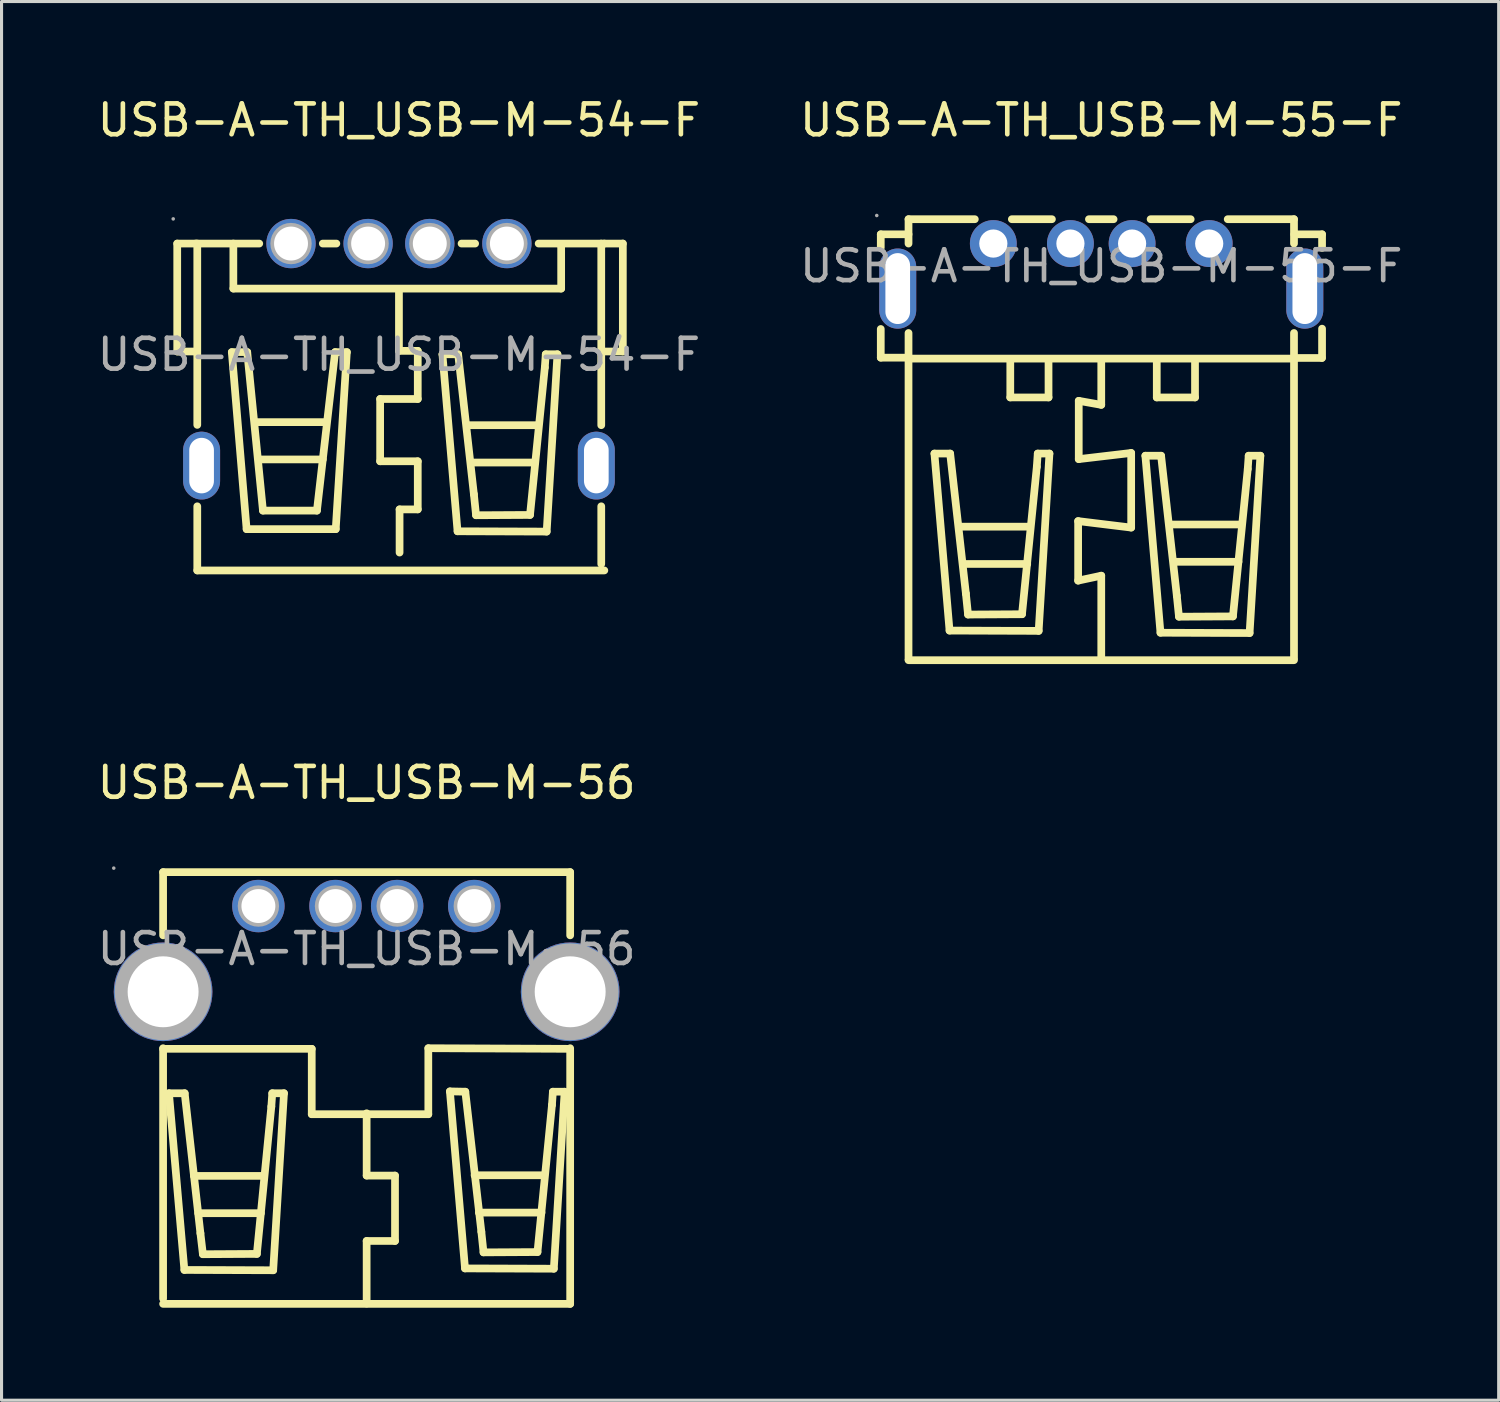
<source format=kicad_pcb>
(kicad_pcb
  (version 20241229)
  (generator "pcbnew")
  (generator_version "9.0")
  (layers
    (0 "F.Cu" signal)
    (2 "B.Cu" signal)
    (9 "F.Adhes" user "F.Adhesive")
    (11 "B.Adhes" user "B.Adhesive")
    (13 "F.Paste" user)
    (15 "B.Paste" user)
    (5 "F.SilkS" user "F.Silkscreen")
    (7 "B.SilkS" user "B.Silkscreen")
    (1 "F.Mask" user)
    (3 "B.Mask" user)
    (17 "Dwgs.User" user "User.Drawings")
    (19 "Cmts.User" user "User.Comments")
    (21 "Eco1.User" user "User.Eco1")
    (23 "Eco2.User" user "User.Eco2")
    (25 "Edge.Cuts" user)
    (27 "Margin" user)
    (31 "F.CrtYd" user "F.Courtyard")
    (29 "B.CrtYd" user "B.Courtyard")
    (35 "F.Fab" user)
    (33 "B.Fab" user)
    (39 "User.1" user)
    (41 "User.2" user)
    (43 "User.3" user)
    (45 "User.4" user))
  (footprint "USB-A-TH_USB-M-54-F"
    (layer "F.Cu")
    (at 9.887 8.448)
    (property "Reference" "USB-A-TH_USB-M-54-F" (at 0 -7.6 0) (layer "F.SilkS") (effects (font (size 1 1) (thickness 0.15))))
    (attr through_hole)
    (fp_line (start -7.19 -0.1) (end -7.19 -3.6) (stroke (width 0.25) (type solid)) (layer "F.SilkS"))
    (fp_line (start -6.59 -3.6) (end -7.19 -3.6) (stroke (width 0.25) (type solid)) (layer "F.SilkS"))
    (fp_line (start -6.59 -3.6) (end -4.53 -3.6) (stroke (width 0.25) (type solid)) (layer "F.SilkS"))
    (fp_line (start -6.59 -0.1) (end -7.19 -0.1) (stroke (width 0.25) (type solid)) (layer "F.SilkS"))
    (fp_line (start -6.54 2.28) (end -6.54 -3.6) (stroke (width 0.25) (type solid)) (layer "F.SilkS"))
    (fp_line (start -6.54 7) (end -6.54 4.92) (stroke (width 0.25) (type solid)) (layer "F.SilkS"))
    (fp_line (start -6.54 7) (end 6.66 7) (stroke (width 0.25) (type solid)) (layer "F.SilkS"))
    (fp_line (start -5.42 -0.08) (end -4.92 -0.08) (stroke (width 0.25) (type solid)) (layer "F.SilkS"))
    (fp_line (start -5.37 -3.57) (end -5.37 -3.6) (stroke (width 0.25) (type solid)) (layer "F.SilkS"))
    (fp_line (start -5.37 -2.14) (end -5.37 -3.57) (stroke (width 0.25) (type solid)) (layer "F.SilkS"))
    (fp_line (start -4.94 5.66) (end -5.42 -0.08) (stroke (width 0.25) (type solid)) (layer "F.SilkS"))
    (fp_line (start -4.92 -0.08) (end -4.41 5.06) (stroke (width 0.25) (type solid)) (layer "F.SilkS"))
    (fp_line (start -4.64 2.19) (end -2.38 2.19) (stroke (width 0.25) (type solid)) (layer "F.SilkS"))
    (fp_line (start -4.5 3.4) (end -2.47 3.4) (stroke (width 0.25) (type solid)) (layer "F.SilkS"))
    (fp_line (start -4.41 5.06) (end -2.66 5.06) (stroke (width 0.25) (type solid)) (layer "F.SilkS"))
    (fp_line (start -2.66 5.06) (end -2.07 -0.08) (stroke (width 0.25) (type solid)) (layer "F.SilkS"))
    (fp_line (start -2.47 -3.6) (end -2.03 -3.6) (stroke (width 0.25) (type solid)) (layer "F.SilkS"))
    (fp_line (start -2.07 -0.08) (end -1.69 -0.08) (stroke (width 0.25) (type solid)) (layer "F.SilkS"))
    (fp_line (start -2.05 5.66) (end -4.94 5.66) (stroke (width 0.25) (type solid)) (layer "F.SilkS"))
    (fp_line (start -1.69 -0.08) (end -2.05 5.66) (stroke (width 0.25) (type solid)) (layer "F.SilkS"))
    (fp_line (start -0.61 1.44) (end -0.61 3.46) (stroke (width 0.25) (type solid)) (layer "F.SilkS"))
    (fp_line (start -0.61 3.46) (end 0.61 3.46) (stroke (width 0.25) (type solid)) (layer "F.SilkS"))
    (fp_line (start 0 -2.12) (end 0 -0.12) (stroke (width 0.25) (type solid)) (layer "F.SilkS"))
    (fp_line (start 0 -0.12) (end 0.61 -0.12) (stroke (width 0.25) (type solid)) (layer "F.SilkS"))
    (fp_line (start 0.02 5.02) (end 0.02 6.42) (stroke (width 0.25) (type solid)) (layer "F.SilkS"))
    (fp_line (start 0.61 -0.12) (end 0.61 1.44) (stroke (width 0.25) (type solid)) (layer "F.SilkS"))
    (fp_line (start 0.61 1.44) (end -0.61 1.44) (stroke (width 0.25) (type solid)) (layer "F.SilkS"))
    (fp_line (start 0.61 3.46) (end 0.61 5.02) (stroke (width 0.25) (type solid)) (layer "F.SilkS"))
    (fp_line (start 0.61 5.02) (end 0.02 5.02) (stroke (width 0.25) (type solid)) (layer "F.SilkS"))
    (fp_line (start 1.41 -0.01) (end 1.92 -0.01) (stroke (width 0.25) (type solid)) (layer "F.SilkS"))
    (fp_line (start 1.9 5.73) (end 1.41 -0.01) (stroke (width 0.25) (type solid)) (layer "F.SilkS"))
    (fp_line (start 1.92 -0.01) (end 2.43 4.53) (stroke (width 0.25) (type solid)) (layer "F.SilkS"))
    (fp_line (start 2.03 -3.6) (end 2.47 -3.6) (stroke (width 0.25) (type solid)) (layer "F.SilkS"))
    (fp_line (start 2.24 2.29) (end 4.5 2.29) (stroke (width 0.25) (type solid)) (layer "F.SilkS"))
    (fp_line (start 2.38 3.5) (end 4.41 3.5) (stroke (width 0.25) (type solid)) (layer "F.SilkS"))
    (fp_line (start 2.43 4.53) (end 2.5 5.21) (stroke (width 0.25) (type solid)) (layer "F.SilkS"))
    (fp_line (start 2.5 5.21) (end 4.25 5.2) (stroke (width 0.25) (type solid)) (layer "F.SilkS"))
    (fp_line (start 4.25 5.2) (end 4.73 0.42) (stroke (width 0.25) (type solid)) (layer "F.SilkS"))
    (fp_line (start 4.53 -3.6) (end 6.66 -3.6) (stroke (width 0.25) (type solid)) (layer "F.SilkS"))
    (fp_line (start 4.73 0.42) (end 4.76 -0.01) (stroke (width 0.25) (type solid)) (layer "F.SilkS"))
    (fp_line (start 4.76 -0.01) (end 5.14 -0.01) (stroke (width 0.25) (type solid)) (layer "F.SilkS"))
    (fp_line (start 4.79 5.74) (end 1.9 5.73) (stroke (width 0.25) (type solid)) (layer "F.SilkS"))
    (fp_line (start 5.14 -0.01) (end 4.79 5.74) (stroke (width 0.25) (type solid)) (layer "F.SilkS"))
    (fp_line (start 5.26 -3.59) (end 5.26 -3.54) (stroke (width 0.25) (type solid)) (layer "F.SilkS"))
    (fp_line (start 5.26 -3.54) (end 5.26 -2.14) (stroke (width 0.25) (type solid)) (layer "F.SilkS"))
    (fp_line (start 5.26 -2.14) (end -5.37 -2.14) (stroke (width 0.25) (type solid)) (layer "F.SilkS"))
    (fp_line (start 6.56 2.29) (end 6.56 -3.6) (stroke (width 0.25) (type solid)) (layer "F.SilkS"))
    (fp_line (start 6.56 6.79) (end 6.56 4.92) (stroke (width 0.25) (type solid)) (layer "F.SilkS"))
    (fp_line (start 6.66 -3.6) (end 7.26 -3.6) (stroke (width 0.25) (type solid)) (layer "F.SilkS"))
    (fp_line (start 6.66 -0.1) (end 7.26 -0.1) (stroke (width 0.25) (type solid)) (layer "F.SilkS"))
    (fp_line (start 7.26 -3.6) (end 7.26 -0.1) (stroke (width 0.25) (type solid)) (layer "F.SilkS"))
    (fp_circle (center -7.32 -4.4) (end -7.29 -4.4) (stroke (width 0.06) (type solid)) (fill no) (layer "F.Fab"))
    (fp_circle (center -3.5 -3.6) (end -3.28 -3.6) (stroke (width 0.45) (type solid)) (fill no) (layer "F.Fab"))
    (fp_circle (center -1 -3.6) (end -0.78 -3.6) (stroke (width 0.45) (type solid)) (fill no) (layer "F.Fab"))
    (fp_circle (center 1 -3.6) (end 1.22 -3.6) (stroke (width 0.45) (type solid)) (fill no) (layer "F.Fab"))
    (fp_circle (center 3.5 -3.6) (end 3.72 -3.6) (stroke (width 0.45) (type solid)) (fill no) (layer "F.Fab"))
    (fp_text user "${REFERENCE}" (at 0 0 0) (layer "F.Fab") (effects (font (size 1 1) (thickness 0.15))))
    (pad "1" thru_hole circle (at -3.5 -3.6) (size 1.6 1.6) (drill 1.1) (layers "*.Cu" "*.Paste" "*.Mask"))
    (pad "2" thru_hole circle (at -1 -3.6) (size 1.6 1.6) (drill 1.1) (layers "*.Cu" "*.Paste" "*.Mask"))
    (pad "3" thru_hole circle (at 1 -3.6) (size 1.6 1.6) (drill 1.1) (layers "*.Cu" "*.Paste" "*.Mask"))
    (pad "4" thru_hole circle (at 3.5 -3.6) (size 1.6 1.6) (drill 1.1) (layers "*.Cu" "*.Paste" "*.Mask"))
    (pad "5" thru_hole oval (at 6.4 3.6 90) (size 2.2 1.2) (drill oval 1.8 0.8) (layers "*.Cu" "*.Paste" "*.Mask"))
    (pad "6" thru_hole oval (at -6.4 3.6 270) (size 2.2 1.2) (drill oval 1.8 0.8) (layers "*.Cu" "*.Paste" "*.Mask")))
  (footprint "USB-A-TH_USB-M-56"
    (layer "F.Cu")
    (at 8.839 27.721)
    (property "Reference" "USB-A-TH_USB-M-56" (at 0 -5.39 0) (layer "F.SilkS") (effects (font (size 1 1) (thickness 0.15))))
    (attr through_hole)
    (fp_line (start -6.6 -2.49) (end -6.6 -0.44) (stroke (width 0.25) (type solid)) (layer "F.SilkS"))
    (fp_line (start -6.6 -2.49) (end 6.6 -2.49) (stroke (width 0.25) (type solid)) (layer "F.SilkS"))
    (fp_line (start -6.6 3.22) (end -6.6 11.34) (stroke (width 0.25) (type solid)) (layer "F.SilkS"))
    (fp_line (start -6.6 11.51) (end 6.6 11.51) (stroke (width 0.25) (type solid)) (layer "F.SilkS"))
    (fp_line (start -6.41 4.68) (end -5.9 4.68) (stroke (width 0.25) (type solid)) (layer "F.SilkS"))
    (fp_line (start -5.91 10.41) (end -6.41 4.68) (stroke (width 0.25) (type solid)) (layer "F.SilkS"))
    (fp_line (start -5.9 4.68) (end -5.39 9.22) (stroke (width 0.25) (type solid)) (layer "F.SilkS"))
    (fp_line (start -5.6 7.36) (end -3.33 7.36) (stroke (width 0.25) (type solid)) (layer "F.SilkS"))
    (fp_line (start -5.46 8.57) (end -3.43 8.57) (stroke (width 0.25) (type solid)) (layer "F.SilkS"))
    (fp_line (start -5.39 9.22) (end -5.31 9.9) (stroke (width 0.25) (type solid)) (layer "F.SilkS"))
    (fp_line (start -5.31 9.9) (end -3.56 9.89) (stroke (width 0.25) (type solid)) (layer "F.SilkS"))
    (fp_line (start -3.56 9.89) (end -3.09 5.11) (stroke (width 0.25) (type solid)) (layer "F.SilkS"))
    (fp_line (start -3.09 5.11) (end -3.06 4.68) (stroke (width 0.25) (type solid)) (layer "F.SilkS"))
    (fp_line (start -3.06 4.68) (end -2.68 4.68) (stroke (width 0.25) (type solid)) (layer "F.SilkS"))
    (fp_line (start -3.03 10.42) (end -5.91 10.41) (stroke (width 0.25) (type solid)) (layer "F.SilkS"))
    (fp_line (start -2.68 4.68) (end -3.03 10.42) (stroke (width 0.25) (type solid)) (layer "F.SilkS"))
    (fp_line (start -1.78 3.24) (end -6.6 3.24) (stroke (width 0.25) (type solid)) (layer "F.SilkS"))
    (fp_line (start -1.78 5.36) (end -1.78 3.24) (stroke (width 0.25) (type solid)) (layer "F.SilkS"))
    (fp_line (start 0 5.33) (end 0 7.35) (stroke (width 0.25) (type solid)) (layer "F.SilkS"))
    (fp_line (start 0 7.35) (end 0.92 7.35) (stroke (width 0.25) (type solid)) (layer "F.SilkS"))
    (fp_line (start 0 9.47) (end 0 11.5) (stroke (width 0.25) (type solid)) (layer "F.SilkS"))
    (fp_line (start 0.92 7.35) (end 0.92 9.47) (stroke (width 0.25) (type solid)) (layer "F.SilkS"))
    (fp_line (start 0.92 9.47) (end 0 9.47) (stroke (width 0.25) (type solid)) (layer "F.SilkS"))
    (fp_line (start 2 3.22) (end 2 5.36) (stroke (width 0.25) (type solid)) (layer "F.SilkS"))
    (fp_line (start 2 5.36) (end -1.78 5.36) (stroke (width 0.25) (type solid)) (layer "F.SilkS"))
    (fp_line (start 2.7 4.62) (end 3.2 4.63) (stroke (width 0.25) (type solid)) (layer "F.SilkS"))
    (fp_line (start 3.19 10.36) (end 2.7 4.62) (stroke (width 0.25) (type solid)) (layer "F.SilkS"))
    (fp_line (start 3.2 4.63) (end 3.72 9.17) (stroke (width 0.25) (type solid)) (layer "F.SilkS"))
    (fp_line (start 3.5 7.34) (end 5.76 7.34) (stroke (width 0.25) (type solid)) (layer "F.SilkS"))
    (fp_line (start 3.64 8.55) (end 5.67 8.55) (stroke (width 0.25) (type solid)) (layer "F.SilkS"))
    (fp_line (start 3.72 9.17) (end 3.79 9.84) (stroke (width 0.25) (type solid)) (layer "F.SilkS"))
    (fp_line (start 3.79 9.84) (end 5.54 9.83) (stroke (width 0.25) (type solid)) (layer "F.SilkS"))
    (fp_line (start 5.54 9.83) (end 6.01 5.06) (stroke (width 0.25) (type solid)) (layer "F.SilkS"))
    (fp_line (start 6.01 5.06) (end 6.04 4.63) (stroke (width 0.25) (type solid)) (layer "F.SilkS"))
    (fp_line (start 6.04 4.63) (end 6.42 4.63) (stroke (width 0.25) (type solid)) (layer "F.SilkS"))
    (fp_line (start 6.07 10.37) (end 3.19 10.36) (stroke (width 0.25) (type solid)) (layer "F.SilkS"))
    (fp_line (start 6.42 4.63) (end 6.07 10.37) (stroke (width 0.25) (type solid)) (layer "F.SilkS"))
    (fp_line (start 6.58 3.24) (end 2 3.22) (stroke (width 0.25) (type solid)) (layer "F.SilkS"))
    (fp_line (start 6.6 -2.49) (end 6.6 -0.44) (stroke (width 0.25) (type solid)) (layer "F.SilkS"))
    (fp_line (start 6.6 3.22) (end 6.6 11.51) (stroke (width 0.25) (type solid)) (layer "F.SilkS"))
    (fp_circle (center -8.2 -2.62) (end -8.17 -2.62) (stroke (width 0.06) (type solid)) (fill no) (layer "F.Fab"))
    (fp_circle (center -6.6 1.39) (end -6.08 1.39) (stroke (width 1.05) (type solid)) (fill no) (layer "F.Fab"))
    (fp_circle (center -3.51 -1.39) (end -3.29 -1.39) (stroke (width 0.45) (type solid)) (fill no) (layer "F.Fab"))
    (fp_circle (center -1.01 -1.39) (end -0.79 -1.39) (stroke (width 0.45) (type solid)) (fill no) (layer "F.Fab"))
    (fp_circle (center 0.99 -1.39) (end 1.21 -1.39) (stroke (width 0.45) (type solid)) (fill no) (layer "F.Fab"))
    (fp_circle (center 3.49 -1.39) (end 3.71 -1.39) (stroke (width 0.45) (type solid)) (fill no) (layer "F.Fab"))
    (fp_circle (center 6.6 1.39) (end 7.12 1.39) (stroke (width 1.05) (type solid)) (fill no) (layer "F.Fab"))
    (fp_text user "${REFERENCE}" (at 0 0 0) (layer "F.Fab") (effects (font (size 1 1) (thickness 0.15))))
    (pad "1" thru_hole circle (at -3.51 -1.39 270) (size 1.7 1.7) (drill 1.1) (layers "*.Cu" "*.Paste" "*.Mask"))
    (pad "2" thru_hole circle (at -1.01 -1.39 270) (size 1.7 1.7) (drill 1.1) (layers "*.Cu" "*.Paste" "*.Mask"))
    (pad "3" thru_hole circle (at 0.99 -1.39 270) (size 1.7 1.7) (drill 1.1) (layers "*.Cu" "*.Paste" "*.Mask"))
    (pad "4" thru_hole circle (at 3.49 -1.39 270) (size 1.7 1.7) (drill 1.1) (layers "*.Cu" "*.Paste" "*.Mask"))
    (pad "5" thru_hole circle (at 6.6 1.39 90) (size 3.2 3.2) (drill 2.3) (layers "*.Cu" "*.Paste" "*.Mask"))
    (pad "6" thru_hole circle (at -6.6 1.39 90) (size 3.2 3.2) (drill 2.3) (layers "*.Cu" "*.Paste" "*.Mask")))
  (footprint "USB-A-TH_USB-M-55-F"
    (layer "F.Cu")
    (at 32.661 5.578)
    (property "Reference" "USB-A-TH_USB-M-55-F" (at 0 -4.73 0) (layer "F.SilkS") (effects (font (size 1 1) (thickness 0.15))))
    (attr through_hole)
    (fp_line (start -7.15 -1.03) (end -7.15 -0.6) (stroke (width 0.25) (type solid)) (layer "F.SilkS"))
    (fp_line (start -7.15 -1.03) (end -6.25 -1.03) (stroke (width 0.25) (type solid)) (layer "F.SilkS"))
    (fp_line (start -7.15 2.04) (end -7.15 2.97) (stroke (width 0.25) (type solid)) (layer "F.SilkS"))
    (fp_line (start -6.25 -1.52) (end -6.25 -0.73) (stroke (width 0.25) (type solid)) (layer "F.SilkS"))
    (fp_line (start -6.25 -1.52) (end -4.1 -1.52) (stroke (width 0.25) (type solid)) (layer "F.SilkS"))
    (fp_line (start -6.25 2.17) (end -6.25 12.75) (stroke (width 0.25) (type solid)) (layer "F.SilkS"))
    (fp_line (start -6.25 2.97) (end -7.15 2.97) (stroke (width 0.25) (type solid)) (layer "F.SilkS"))
    (fp_line (start -6.25 12.78) (end 6.25 12.78) (stroke (width 0.25) (type solid)) (layer "F.SilkS"))
    (fp_line (start -6.22 3) (end 6.28 3) (stroke (width 0.25) (type solid)) (layer "F.SilkS"))
    (fp_line (start -5.41 6.08) (end -4.9 6.08) (stroke (width 0.25) (type solid)) (layer "F.SilkS"))
    (fp_line (start -4.92 11.82) (end -5.41 6.08) (stroke (width 0.25) (type solid)) (layer "F.SilkS"))
    (fp_line (start -4.9 6.08) (end -4.39 10.62) (stroke (width 0.25) (type solid)) (layer "F.SilkS"))
    (fp_line (start -4.57 8.45) (end -2.31 8.45) (stroke (width 0.25) (type solid)) (layer "F.SilkS"))
    (fp_line (start -4.43 9.66) (end -2.4 9.66) (stroke (width 0.25) (type solid)) (layer "F.SilkS"))
    (fp_line (start -4.39 10.62) (end -4.32 11.3) (stroke (width 0.25) (type solid)) (layer "F.SilkS"))
    (fp_line (start -4.32 11.3) (end -2.57 11.29) (stroke (width 0.25) (type solid)) (layer "F.SilkS"))
    (fp_line (start -2.95 3.05) (end -2.95 4.26) (stroke (width 0.25) (type solid)) (layer "F.SilkS"))
    (fp_line (start -2.95 4.26) (end -1.71 4.26) (stroke (width 0.25) (type solid)) (layer "F.SilkS"))
    (fp_line (start -2.9 -1.52) (end -1.6 -1.52) (stroke (width 0.25) (type solid)) (layer "F.SilkS"))
    (fp_line (start -2.57 11.29) (end -2.09 6.51) (stroke (width 0.25) (type solid)) (layer "F.SilkS"))
    (fp_line (start -2.09 6.51) (end -2.06 6.08) (stroke (width 0.25) (type solid)) (layer "F.SilkS"))
    (fp_line (start -2.06 6.08) (end -1.68 6.08) (stroke (width 0.25) (type solid)) (layer "F.SilkS"))
    (fp_line (start -2.03 11.83) (end -4.92 11.82) (stroke (width 0.25) (type solid)) (layer "F.SilkS"))
    (fp_line (start -1.71 4.26) (end -1.71 3.04) (stroke (width 0.25) (type solid)) (layer "F.SilkS"))
    (fp_line (start -1.68 6.08) (end -2.03 11.83) (stroke (width 0.25) (type solid)) (layer "F.SilkS"))
    (fp_line (start -0.75 8.27) (end -0.75 10.2) (stroke (width 0.25) (type solid)) (layer "F.SilkS"))
    (fp_line (start -0.75 10.2) (end 0 10.04) (stroke (width 0.25) (type solid)) (layer "F.SilkS"))
    (fp_line (start -0.73 4.37) (end -0.73 6.26) (stroke (width 0.25) (type solid)) (layer "F.SilkS"))
    (fp_line (start -0.73 6.26) (end 0.97 6.06) (stroke (width 0.25) (type solid)) (layer "F.SilkS"))
    (fp_line (start -0.4 -1.52) (end 0.4 -1.52) (stroke (width 0.25) (type solid)) (layer "F.SilkS"))
    (fp_line (start 0 3.05) (end 0 4.5) (stroke (width 0.25) (type solid)) (layer "F.SilkS"))
    (fp_line (start 0 4.5) (end -0.73 4.37) (stroke (width 0.25) (type solid)) (layer "F.SilkS"))
    (fp_line (start 0 10.04) (end 0 12.74) (stroke (width 0.25) (type solid)) (layer "F.SilkS"))
    (fp_line (start 0 12.74) (end 0.03 12.77) (stroke (width 0.25) (type solid)) (layer "F.SilkS"))
    (fp_line (start 0.97 6.06) (end 0.97 8.48) (stroke (width 0.25) (type solid)) (layer "F.SilkS"))
    (fp_line (start 0.97 8.48) (end -0.75 8.27) (stroke (width 0.25) (type solid)) (layer "F.SilkS"))
    (fp_line (start 1.43 6.15) (end 1.94 6.15) (stroke (width 0.25) (type solid)) (layer "F.SilkS"))
    (fp_line (start 1.6 -1.52) (end 2.9 -1.52) (stroke (width 0.25) (type solid)) (layer "F.SilkS"))
    (fp_line (start 1.8 3.05) (end 1.8 4.26) (stroke (width 0.25) (type solid)) (layer "F.SilkS"))
    (fp_line (start 1.8 4.26) (end 3.04 4.26) (stroke (width 0.25) (type solid)) (layer "F.SilkS"))
    (fp_line (start 1.92 11.89) (end 1.43 6.15) (stroke (width 0.25) (type solid)) (layer "F.SilkS"))
    (fp_line (start 1.94 6.15) (end 2.45 10.69) (stroke (width 0.25) (type solid)) (layer "F.SilkS"))
    (fp_line (start 2.28 8.38) (end 4.54 8.38) (stroke (width 0.25) (type solid)) (layer "F.SilkS"))
    (fp_line (start 2.42 9.59) (end 4.45 9.59) (stroke (width 0.25) (type solid)) (layer "F.SilkS"))
    (fp_line (start 2.45 10.69) (end 2.52 11.37) (stroke (width 0.25) (type solid)) (layer "F.SilkS"))
    (fp_line (start 2.52 11.37) (end 4.27 11.36) (stroke (width 0.25) (type solid)) (layer "F.SilkS"))
    (fp_line (start 3.04 4.26) (end 3.04 3.04) (stroke (width 0.25) (type solid)) (layer "F.SilkS"))
    (fp_line (start 4.1 -1.52) (end 6.25 -1.52) (stroke (width 0.25) (type solid)) (layer "F.SilkS"))
    (fp_line (start 4.27 11.36) (end 4.75 6.58) (stroke (width 0.25) (type solid)) (layer "F.SilkS"))
    (fp_line (start 4.75 6.58) (end 4.78 6.15) (stroke (width 0.25) (type solid)) (layer "F.SilkS"))
    (fp_line (start 4.78 6.15) (end 5.16 6.15) (stroke (width 0.25) (type solid)) (layer "F.SilkS"))
    (fp_line (start 4.81 11.9) (end 1.92 11.89) (stroke (width 0.25) (type solid)) (layer "F.SilkS"))
    (fp_line (start 5.16 6.15) (end 4.81 11.9) (stroke (width 0.25) (type solid)) (layer "F.SilkS"))
    (fp_line (start 6.25 -1.52) (end 6.25 -0.73) (stroke (width 0.25) (type solid)) (layer "F.SilkS"))
    (fp_line (start 6.25 2.17) (end 6.25 12.72) (stroke (width 0.25) (type solid)) (layer "F.SilkS"))
    (fp_line (start 6.25 2.98) (end 7.15 2.98) (stroke (width 0.25) (type solid)) (layer "F.SilkS"))
    (fp_line (start 6.26 -1.03) (end 7.16 -1.03) (stroke (width 0.25) (type solid)) (layer "F.SilkS"))
    (fp_line (start 7.16 -1.03) (end 7.16 -0.59) (stroke (width 0.25) (type solid)) (layer "F.SilkS"))
    (fp_line (start 7.16 2.03) (end 7.16 2.98) (stroke (width 0.25) (type solid)) (layer "F.SilkS"))
    (fp_circle (center -7.28 -1.64) (end -7.25 -1.64) (stroke (width 0.06) (type solid)) (fill no) (layer "F.Fab"))
    (fp_circle (center -3.5 -0.73) (end -3.32 -0.73) (stroke (width 0.36) (type solid)) (fill no) (layer "F.Fab"))
    (fp_circle (center -1 -0.73) (end -0.82 -0.73) (stroke (width 0.36) (type solid)) (fill no) (layer "F.Fab"))
    (fp_circle (center 1 -0.73) (end 1.18 -0.73) (stroke (width 0.36) (type solid)) (fill no) (layer "F.Fab"))
    (fp_circle (center 3.5 -0.73) (end 3.68 -0.73) (stroke (width 0.36) (type solid)) (fill no) (layer "F.Fab"))
    (fp_text user "${REFERENCE}" (at 0 0 0) (layer "F.Fab") (effects (font (size 1 1) (thickness 0.15))))
    (pad "1" thru_hole circle (at -3.5 -0.73) (size 1.52 1.52) (drill 0.914) (layers "*.Cu" "*.Paste" "*.Mask"))
    (pad "2" thru_hole circle (at -1 -0.73) (size 1.52 1.52) (drill 0.914) (layers "*.Cu" "*.Paste" "*.Mask"))
    (pad "3" thru_hole circle (at 1 -0.73) (size 1.52 1.52) (drill 0.914) (layers "*.Cu" "*.Paste" "*.Mask"))
    (pad "4" thru_hole circle (at 3.5 -0.73) (size 1.52 1.52) (drill 0.914) (layers "*.Cu" "*.Paste" "*.Mask"))
    (pad "5" thru_hole oval (at 6.6 0.73 90) (size 2.6 1.2) (drill oval 2.3 0.8) (layers "*.Cu" "*.Paste" "*.Mask"))
    (pad "6" thru_hole oval (at -6.6 0.73 270) (size 2.6 1.2) (drill oval 2.3 0.8) (layers "*.Cu" "*.Paste" "*.Mask")))
  (gr_rect
    (start -3 -3)
    (end 45.548 42.356)
    (stroke (width 0.1) (type default))
    (fill no)
    (layer "Edge.Cuts")))
</source>
